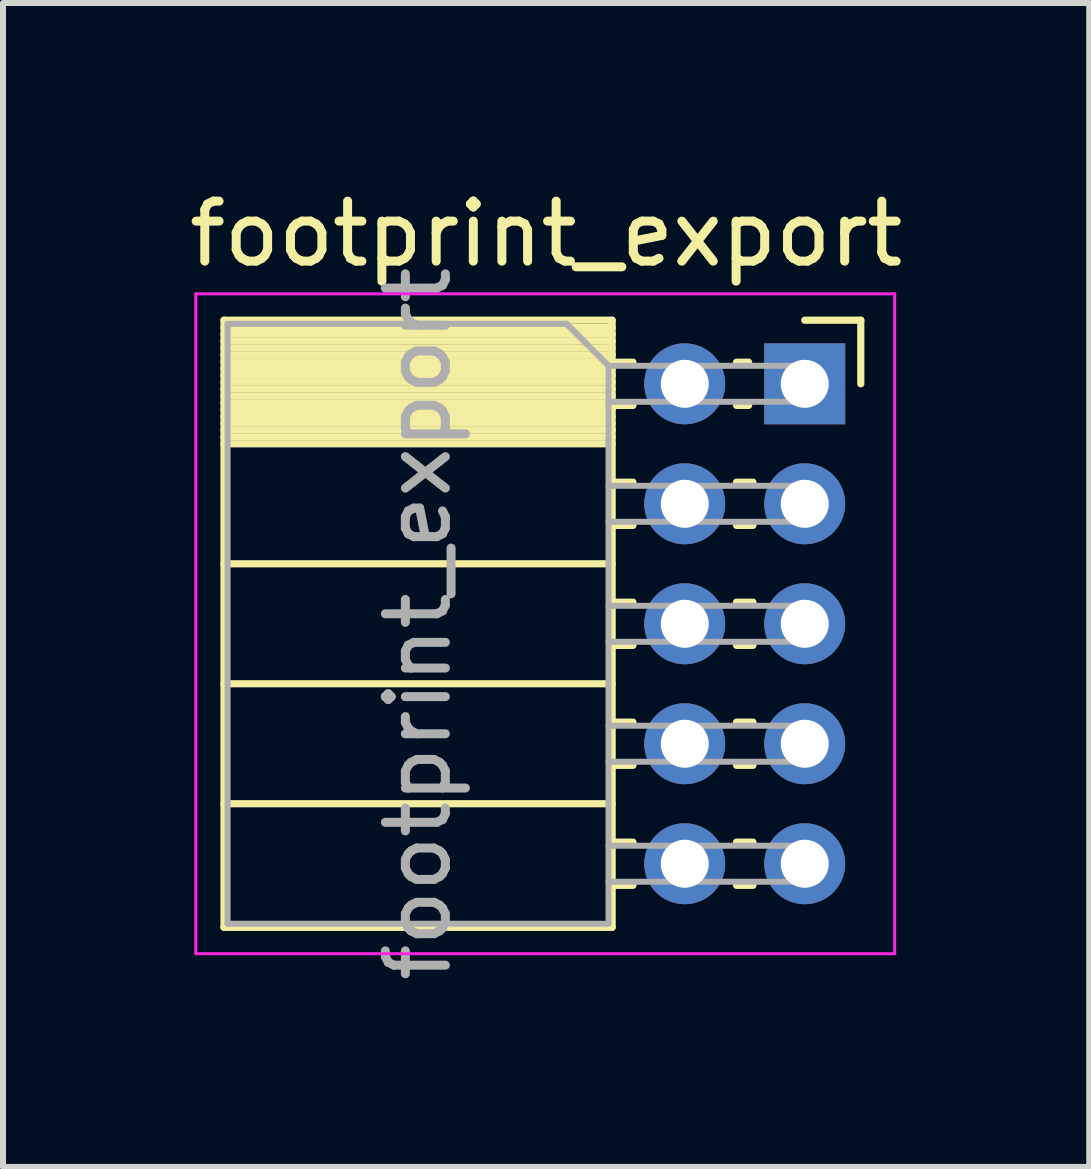
<source format=kicad_pcb>
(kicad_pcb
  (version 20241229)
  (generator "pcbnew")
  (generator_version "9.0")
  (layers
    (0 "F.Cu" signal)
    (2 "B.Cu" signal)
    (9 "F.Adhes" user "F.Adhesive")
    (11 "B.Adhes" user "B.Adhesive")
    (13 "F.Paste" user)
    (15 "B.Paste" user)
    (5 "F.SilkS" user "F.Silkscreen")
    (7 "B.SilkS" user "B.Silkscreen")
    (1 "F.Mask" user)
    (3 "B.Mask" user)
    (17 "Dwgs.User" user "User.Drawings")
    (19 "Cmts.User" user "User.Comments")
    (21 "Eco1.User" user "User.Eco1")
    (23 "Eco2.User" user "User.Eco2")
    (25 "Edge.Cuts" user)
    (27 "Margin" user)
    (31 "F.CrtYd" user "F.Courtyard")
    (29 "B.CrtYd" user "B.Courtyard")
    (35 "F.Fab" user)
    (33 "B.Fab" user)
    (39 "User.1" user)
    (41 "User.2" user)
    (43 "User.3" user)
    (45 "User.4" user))
  (footprint "footprint_export"
    (layer "F.Cu")
    (at 10.364 3.348)
    (property "Reference" "footprint_export" (at -4.31 -2.5 0) (layer "F.SilkS") (effects (font (size 1 1) (thickness 0.15))))
    (attr through_hole)
    (fp_line (start -9.68 -1.06) (end -9.68 9.06) (stroke (width 0.12) (type solid)) (layer "F.SilkS"))
    (fp_line (start -9.68 -1.06) (end -3.21 -1.06) (stroke (width 0.12) (type solid)) (layer "F.SilkS"))
    (fp_line (start -9.68 -0.94) (end -3.21 -0.94) (stroke (width 0.12) (type solid)) (layer "F.SilkS"))
    (fp_line (start -9.68 -0.826) (end -3.21 -0.826) (stroke (width 0.12) (type solid)) (layer "F.SilkS"))
    (fp_line (start -9.68 -0.712) (end -3.21 -0.712) (stroke (width 0.12) (type solid)) (layer "F.SilkS"))
    (fp_line (start -9.68 -0.598) (end -3.21 -0.598) (stroke (width 0.12) (type solid)) (layer "F.SilkS"))
    (fp_line (start -9.68 -0.484) (end -3.21 -0.484) (stroke (width 0.12) (type solid)) (layer "F.SilkS"))
    (fp_line (start -9.68 -0.369) (end -3.21 -0.369) (stroke (width 0.12) (type solid)) (layer "F.SilkS"))
    (fp_line (start -9.68 -0.255) (end -3.21 -0.255) (stroke (width 0.12) (type solid)) (layer "F.SilkS"))
    (fp_line (start -9.68 -0.141) (end -3.21 -0.141) (stroke (width 0.12) (type solid)) (layer "F.SilkS"))
    (fp_line (start -9.68 -0.027) (end -3.21 -0.027) (stroke (width 0.12) (type solid)) (layer "F.SilkS"))
    (fp_line (start -9.68 0.087) (end -3.21 0.087) (stroke (width 0.12) (type solid)) (layer "F.SilkS"))
    (fp_line (start -9.68 0.201) (end -3.21 0.201) (stroke (width 0.12) (type solid)) (layer "F.SilkS"))
    (fp_line (start -9.68 0.315) (end -3.21 0.315) (stroke (width 0.12) (type solid)) (layer "F.SilkS"))
    (fp_line (start -9.68 0.429) (end -3.21 0.429) (stroke (width 0.12) (type solid)) (layer "F.SilkS"))
    (fp_line (start -9.68 0.544) (end -3.21 0.544) (stroke (width 0.12) (type solid)) (layer "F.SilkS"))
    (fp_line (start -9.68 0.658) (end -3.21 0.658) (stroke (width 0.12) (type solid)) (layer "F.SilkS"))
    (fp_line (start -9.68 0.772) (end -3.21 0.772) (stroke (width 0.12) (type solid)) (layer "F.SilkS"))
    (fp_line (start -9.68 0.886) (end -3.21 0.886) (stroke (width 0.12) (type solid)) (layer "F.SilkS"))
    (fp_line (start -9.68 1) (end -3.21 1) (stroke (width 0.12) (type solid)) (layer "F.SilkS"))
    (fp_line (start -9.68 3) (end -3.21 3) (stroke (width 0.12) (type solid)) (layer "F.SilkS"))
    (fp_line (start -9.68 5) (end -3.21 5) (stroke (width 0.12) (type solid)) (layer "F.SilkS"))
    (fp_line (start -9.68 7) (end -3.21 7) (stroke (width 0.12) (type solid)) (layer "F.SilkS"))
    (fp_line (start -9.68 9.06) (end -3.21 9.06) (stroke (width 0.12) (type solid)) (layer "F.SilkS"))
    (fp_line (start -3.21 -1.06) (end -3.21 9.06) (stroke (width 0.12) (type solid)) (layer "F.SilkS"))
    (fp_line (start -3.21 -0.36) (end -2.863 -0.36) (stroke (width 0.12) (type solid)) (layer "F.SilkS"))
    (fp_line (start -3.21 0.36) (end -2.863 0.36) (stroke (width 0.12) (type solid)) (layer "F.SilkS"))
    (fp_line (start -3.21 1.64) (end -2.863 1.64) (stroke (width 0.12) (type solid)) (layer "F.SilkS"))
    (fp_line (start -3.21 2.36) (end -2.863 2.36) (stroke (width 0.12) (type solid)) (layer "F.SilkS"))
    (fp_line (start -3.21 3.64) (end -2.863 3.64) (stroke (width 0.12) (type solid)) (layer "F.SilkS"))
    (fp_line (start -3.21 4.36) (end -2.863 4.36) (stroke (width 0.12) (type solid)) (layer "F.SilkS"))
    (fp_line (start -3.21 5.64) (end -2.863 5.64) (stroke (width 0.12) (type solid)) (layer "F.SilkS"))
    (fp_line (start -3.21 6.36) (end -2.863 6.36) (stroke (width 0.12) (type solid)) (layer "F.SilkS"))
    (fp_line (start -3.21 7.64) (end -2.863 7.64) (stroke (width 0.12) (type solid)) (layer "F.SilkS"))
    (fp_line (start -3.21 8.36) (end -2.863 8.36) (stroke (width 0.12) (type solid)) (layer "F.SilkS"))
    (fp_line (start -1.137 -0.36) (end -0.935 -0.36) (stroke (width 0.12) (type solid)) (layer "F.SilkS"))
    (fp_line (start -1.137 0.36) (end -0.935 0.36) (stroke (width 0.12) (type solid)) (layer "F.SilkS"))
    (fp_line (start -1.137 1.64) (end -0.863 1.64) (stroke (width 0.12) (type solid)) (layer "F.SilkS"))
    (fp_line (start -1.137 2.36) (end -0.863 2.36) (stroke (width 0.12) (type solid)) (layer "F.SilkS"))
    (fp_line (start -1.137 3.64) (end -0.863 3.64) (stroke (width 0.12) (type solid)) (layer "F.SilkS"))
    (fp_line (start -1.137 4.36) (end -0.863 4.36) (stroke (width 0.12) (type solid)) (layer "F.SilkS"))
    (fp_line (start -1.137 5.64) (end -0.863 5.64) (stroke (width 0.12) (type solid)) (layer "F.SilkS"))
    (fp_line (start -1.137 6.36) (end -0.863 6.36) (stroke (width 0.12) (type solid)) (layer "F.SilkS"))
    (fp_line (start -1.137 7.64) (end -0.863 7.64) (stroke (width 0.12) (type solid)) (layer "F.SilkS"))
    (fp_line (start -1.137 8.36) (end -0.863 8.36) (stroke (width 0.12) (type solid)) (layer "F.SilkS"))
    (fp_line (start 0 -1.06) (end 0.935 -1.06) (stroke (width 0.12) (type solid)) (layer "F.SilkS"))
    (fp_line (start 0.935 -1.06) (end 0.935 0) (stroke (width 0.12) (type solid)) (layer "F.SilkS"))
    (fp_line (start -10.15 -1.5) (end -10.15 9.5) (stroke (width 0.05) (type solid)) (layer "F.CrtYd"))
    (fp_line (start -10.15 9.5) (end 1.5 9.5) (stroke (width 0.05) (type solid)) (layer "F.CrtYd"))
    (fp_line (start 1.5 -1.5) (end -10.15 -1.5) (stroke (width 0.05) (type solid)) (layer "F.CrtYd"))
    (fp_line (start 1.5 9.5) (end 1.5 -1.5) (stroke (width 0.05) (type solid)) (layer "F.CrtYd"))
    (fp_line (start -9.62 -1) (end -3.97 -1) (stroke (width 0.1) (type solid)) (layer "F.Fab"))
    (fp_line (start -9.62 9) (end -9.62 -1) (stroke (width 0.1) (type solid)) (layer "F.Fab"))
    (fp_line (start -3.97 -1) (end -3.27 -0.3) (stroke (width 0.1) (type solid)) (layer "F.Fab"))
    (fp_line (start -3.27 -0.3) (end -3.27 9) (stroke (width 0.1) (type solid)) (layer "F.Fab"))
    (fp_line (start -3.27 0.3) (end 0 0.3) (stroke (width 0.1) (type solid)) (layer "F.Fab"))
    (fp_line (start -3.27 2.3) (end 0 2.3) (stroke (width 0.1) (type solid)) (layer "F.Fab"))
    (fp_line (start -3.27 4.3) (end 0 4.3) (stroke (width 0.1) (type solid)) (layer "F.Fab"))
    (fp_line (start -3.27 6.3) (end 0 6.3) (stroke (width 0.1) (type solid)) (layer "F.Fab"))
    (fp_line (start -3.27 8.3) (end 0 8.3) (stroke (width 0.1) (type solid)) (layer "F.Fab"))
    (fp_line (start -3.27 9) (end -9.62 9) (stroke (width 0.1) (type solid)) (layer "F.Fab"))
    (fp_line (start 0 -0.3) (end -3.27 -0.3) (stroke (width 0.1) (type solid)) (layer "F.Fab"))
    (fp_line (start 0 0.3) (end 0 -0.3) (stroke (width 0.1) (type solid)) (layer "F.Fab"))
    (fp_line (start 0 1.7) (end -3.27 1.7) (stroke (width 0.1) (type solid)) (layer "F.Fab"))
    (fp_line (start 0 2.3) (end 0 1.7) (stroke (width 0.1) (type solid)) (layer "F.Fab"))
    (fp_line (start 0 3.7) (end -3.27 3.7) (stroke (width 0.1) (type solid)) (layer "F.Fab"))
    (fp_line (start 0 4.3) (end 0 3.7) (stroke (width 0.1) (type solid)) (layer "F.Fab"))
    (fp_line (start 0 5.7) (end -3.27 5.7) (stroke (width 0.1) (type solid)) (layer "F.Fab"))
    (fp_line (start 0 6.3) (end 0 5.7) (stroke (width 0.1) (type solid)) (layer "F.Fab"))
    (fp_line (start 0 7.7) (end -3.27 7.7) (stroke (width 0.1) (type solid)) (layer "F.Fab"))
    (fp_line (start 0 8.3) (end 0 7.7) (stroke (width 0.1) (type solid)) (layer "F.Fab"))
    (fp_text user "${REFERENCE}" (at -6.445 4 90) (layer "F.Fab") (effects (font (size 1 1) (thickness 0.15))))
    (pad "1" thru_hole rect (at 0 0) (size 1.35 1.35) (drill 0.8) (layers "*.Cu" "*.Mask"))
    (pad "2" thru_hole oval (at -2 0) (size 1.35 1.35) (drill 0.8) (layers "*.Cu" "*.Mask"))
    (pad "3" thru_hole oval (at 0 2) (size 1.35 1.35) (drill 0.8) (layers "*.Cu" "*.Mask"))
    (pad "4" thru_hole oval (at -2 2) (size 1.35 1.35) (drill 0.8) (layers "*.Cu" "*.Mask"))
    (pad "5" thru_hole oval (at 0 4) (size 1.35 1.35) (drill 0.8) (layers "*.Cu" "*.Mask"))
    (pad "6" thru_hole oval (at -2 4) (size 1.35 1.35) (drill 0.8) (layers "*.Cu" "*.Mask"))
    (pad "7" thru_hole oval (at 0 6) (size 1.35 1.35) (drill 0.8) (layers "*.Cu" "*.Mask"))
    (pad "8" thru_hole oval (at -2 6) (size 1.35 1.35) (drill 0.8) (layers "*.Cu" "*.Mask"))
    (pad "9" thru_hole oval (at 0 8) (size 1.35 1.35) (drill 0.8) (layers "*.Cu" "*.Mask"))
    (pad "10" thru_hole oval (at -2 8) (size 1.35 1.35) (drill 0.8) (layers "*.Cu" "*.Mask")))
  (gr_rect
    (start -3 -3)
    (end 15.107 16.402)
    (stroke (width 0.1) (type default))
    (fill no)
    (layer "Edge.Cuts")))
</source>
